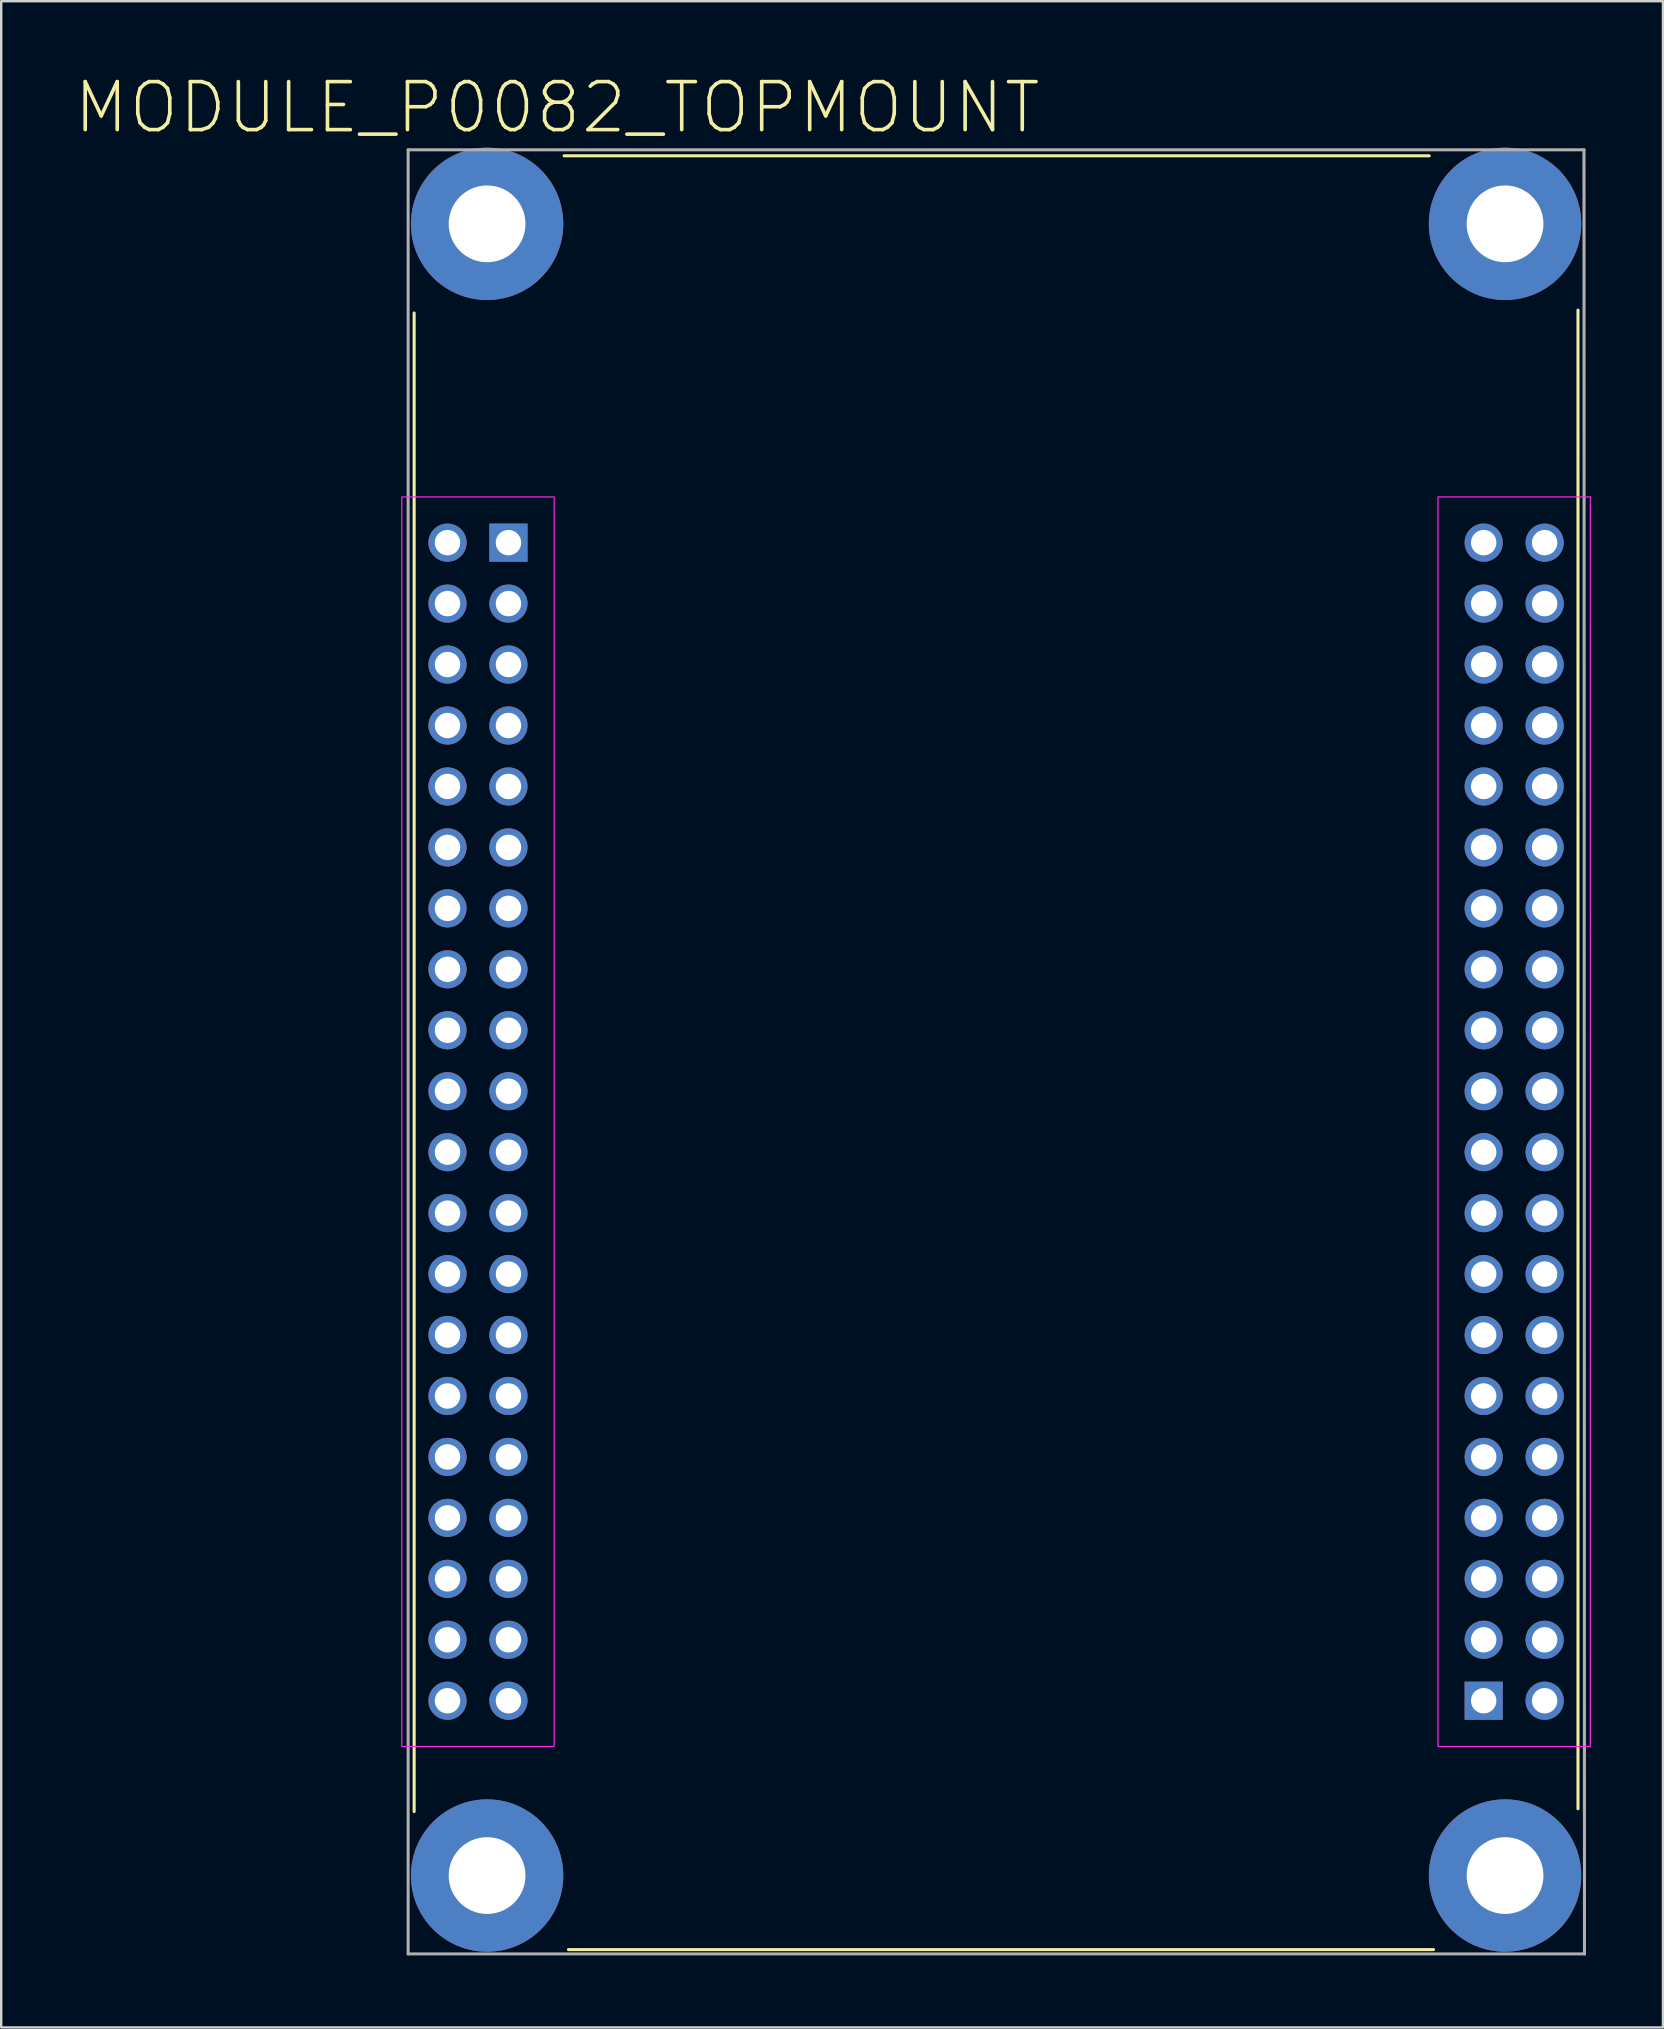
<source format=kicad_pcb>
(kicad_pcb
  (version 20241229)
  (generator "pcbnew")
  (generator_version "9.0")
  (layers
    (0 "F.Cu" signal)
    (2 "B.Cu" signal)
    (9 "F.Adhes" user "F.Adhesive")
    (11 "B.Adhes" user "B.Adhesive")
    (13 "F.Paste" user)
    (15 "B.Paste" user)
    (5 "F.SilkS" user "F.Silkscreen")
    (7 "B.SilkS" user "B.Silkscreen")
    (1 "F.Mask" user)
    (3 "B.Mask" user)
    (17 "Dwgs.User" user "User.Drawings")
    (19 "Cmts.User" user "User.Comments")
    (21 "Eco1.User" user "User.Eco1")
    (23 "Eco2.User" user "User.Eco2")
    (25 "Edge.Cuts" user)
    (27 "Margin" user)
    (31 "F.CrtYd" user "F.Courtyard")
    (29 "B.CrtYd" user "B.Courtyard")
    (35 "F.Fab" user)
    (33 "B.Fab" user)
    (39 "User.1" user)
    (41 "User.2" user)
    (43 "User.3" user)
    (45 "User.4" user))
  (footprint "MODULE_P0082_TOPMOUNT"
    (layer "F.Cu")
    (at 38.458 43.693)
    (property "Reference" "MODULE_P0082_TOPMOUNT" (at -18.29 -42.26 0) (layer "F.SilkS") (effects (font (size 2 2) (thickness 0.15))))
    (attr through_hole)
    (fp_line (start -24.25 -33.7) (end -24.25 28.75) (stroke (width 0.127) (type solid)) (layer "F.SilkS"))
    (fp_line (start -18 -40.25) (end 18.05 -40.25) (stroke (width 0.127) (type solid)) (layer "F.SilkS"))
    (fp_line (start -17.82 34.5) (end 18.23 34.5) (stroke (width 0.127) (type solid)) (layer "F.SilkS"))
    (fp_line (start 24.25 -33.82) (end 24.25 28.63) (stroke (width 0.127) (type solid)) (layer "F.SilkS"))
    (fp_rect (start -24.765 -26.035) (end -18.415 26.035) (stroke (width 0.05) (type solid)) (fill no) (layer "F.CrtYd"))
    (fp_rect (start 18.415 -26.035) (end 24.765 26.035) (stroke (width 0.05) (type solid)) (fill no) (layer "F.CrtYd"))
    (fp_line (start -24.5 -40.5) (end 24.5 -40.5) (stroke (width 0.127) (type solid)) (layer "F.Fab"))
    (fp_line (start -24.5 34.68) (end -24.5 -40.5) (stroke (width 0.127) (type solid)) (layer "F.Fab"))
    (fp_line (start 24.5 -40.5) (end 24.52 34.68) (stroke (width 0.127) (type solid)) (layer "F.Fab"))
    (fp_line (start 24.52 34.68) (end -24.5 34.68) (stroke (width 0.127) (type solid)) (layer "F.Fab"))
    (pad "JP1_1" thru_hole rect (at -20.32 -24.13) (size 1.59 1.59) (drill 1.06) (layers "*.Cu" "*.Mask"))
    (pad "JP1_2" thru_hole circle (at -22.86 -24.13) (size 1.59 1.59) (drill 1.06) (layers "*.Cu" "*.Mask"))
    (pad "JP1_3" thru_hole circle (at -20.32 -21.59) (size 1.59 1.59) (drill 1.06) (layers "*.Cu" "*.Mask"))
    (pad "JP1_4" thru_hole circle (at -22.86 -21.59) (size 1.59 1.59) (drill 1.06) (layers "*.Cu" "*.Mask"))
    (pad "JP1_5" thru_hole circle (at -20.32 -19.05) (size 1.59 1.59) (drill 1.06) (layers "*.Cu" "*.Mask"))
    (pad "JP1_6" thru_hole circle (at -22.86 -19.05) (size 1.59 1.59) (drill 1.06) (layers "*.Cu" "*.Mask"))
    (pad "JP1_7" thru_hole circle (at -20.32 -16.51) (size 1.59 1.59) (drill 1.06) (layers "*.Cu" "*.Mask"))
    (pad "JP1_8" thru_hole circle (at -22.86 -16.51) (size 1.59 1.59) (drill 1.06) (layers "*.Cu" "*.Mask"))
    (pad "JP1_9" thru_hole circle (at -20.32 -13.97) (size 1.59 1.59) (drill 1.06) (layers "*.Cu" "*.Mask"))
    (pad "JP1_10" thru_hole circle (at -22.86 -13.97) (size 1.59 1.59) (drill 1.06) (layers "*.Cu" "*.Mask"))
    (pad "JP1_11" thru_hole circle (at -20.32 -11.43) (size 1.59 1.59) (drill 1.06) (layers "*.Cu" "*.Mask"))
    (pad "JP1_12" thru_hole circle (at -22.86 -11.43) (size 1.59 1.59) (drill 1.06) (layers "*.Cu" "*.Mask"))
    (pad "JP1_13" thru_hole circle (at -20.32 -8.89) (size 1.59 1.59) (drill 1.06) (layers "*.Cu" "*.Mask"))
    (pad "JP1_14" thru_hole circle (at -22.86 -8.89) (size 1.59 1.59) (drill 1.06) (layers "*.Cu" "*.Mask"))
    (pad "JP1_15" thru_hole circle (at -20.32 -6.35) (size 1.59 1.59) (drill 1.06) (layers "*.Cu" "*.Mask"))
    (pad "JP1_16" thru_hole circle (at -22.86 -6.35) (size 1.59 1.59) (drill 1.06) (layers "*.Cu" "*.Mask"))
    (pad "JP1_17" thru_hole circle (at -20.32 -3.81) (size 1.59 1.59) (drill 1.06) (layers "*.Cu" "*.Mask"))
    (pad "JP1_18" thru_hole circle (at -22.86 -3.81) (size 1.59 1.59) (drill 1.06) (layers "*.Cu" "*.Mask"))
    (pad "JP1_19" thru_hole circle (at -20.32 -1.27) (size 1.59 1.59) (drill 1.06) (layers "*.Cu" "*.Mask"))
    (pad "JP1_20" thru_hole circle (at -22.86 -1.27) (size 1.59 1.59) (drill 1.06) (layers "*.Cu" "*.Mask"))
    (pad "JP1_21" thru_hole circle (at -20.32 1.27) (size 1.59 1.59) (drill 1.06) (layers "*.Cu" "*.Mask"))
    (pad "JP1_22" thru_hole circle (at -22.86 1.27) (size 1.59 1.59) (drill 1.06) (layers "*.Cu" "*.Mask"))
    (pad "JP1_23" thru_hole circle (at -20.32 3.81) (size 1.59 1.59) (drill 1.06) (layers "*.Cu" "*.Mask"))
    (pad "JP1_24" thru_hole circle (at -22.86 3.81) (size 1.59 1.59) (drill 1.06) (layers "*.Cu" "*.Mask"))
    (pad "JP1_25" thru_hole circle (at -20.32 6.35) (size 1.59 1.59) (drill 1.06) (layers "*.Cu" "*.Mask"))
    (pad "JP1_26" thru_hole circle (at -22.86 6.35) (size 1.59 1.59) (drill 1.06) (layers "*.Cu" "*.Mask"))
    (pad "JP1_27" thru_hole circle (at -20.32 8.89) (size 1.59 1.59) (drill 1.06) (layers "*.Cu" "*.Mask"))
    (pad "JP1_28" thru_hole circle (at -22.86 8.89) (size 1.59 1.59) (drill 1.06) (layers "*.Cu" "*.Mask"))
    (pad "JP1_29" thru_hole circle (at -20.32 11.43) (size 1.59 1.59) (drill 1.06) (layers "*.Cu" "*.Mask"))
    (pad "JP1_30" thru_hole circle (at -22.86 11.43) (size 1.59 1.59) (drill 1.06) (layers "*.Cu" "*.Mask"))
    (pad "JP1_31" thru_hole circle (at -20.32 13.97) (size 1.59 1.59) (drill 1.06) (layers "*.Cu" "*.Mask"))
    (pad "JP1_32" thru_hole circle (at -22.86 13.97) (size 1.59 1.59) (drill 1.06) (layers "*.Cu" "*.Mask"))
    (pad "JP1_33" thru_hole circle (at -20.32 16.51) (size 1.59 1.59) (drill 1.06) (layers "*.Cu" "*.Mask"))
    (pad "JP1_34" thru_hole circle (at -22.86 16.51) (size 1.59 1.59) (drill 1.06) (layers "*.Cu" "*.Mask"))
    (pad "JP1_35" thru_hole circle (at -20.32 19.05) (size 1.59 1.59) (drill 1.06) (layers "*.Cu" "*.Mask"))
    (pad "JP1_36" thru_hole circle (at -22.86 19.05) (size 1.59 1.59) (drill 1.06) (layers "*.Cu" "*.Mask"))
    (pad "JP1_37" thru_hole circle (at -20.32 21.59) (size 1.59 1.59) (drill 1.06) (layers "*.Cu" "*.Mask"))
    (pad "JP1_38" thru_hole circle (at -22.86 21.59) (size 1.59 1.59) (drill 1.06) (layers "*.Cu" "*.Mask"))
    (pad "JP1_39" thru_hole circle (at -20.32 24.13) (size 1.59 1.59) (drill 1.06) (layers "*.Cu" "*.Mask"))
    (pad "JP1_40" thru_hole circle (at -22.86 24.13) (size 1.59 1.59) (drill 1.06) (layers "*.Cu" "*.Mask"))
    (pad "JP2_1" thru_hole rect (at 20.32 24.13) (size 1.59 1.59) (drill 1.06) (layers "*.Cu" "*.Mask"))
    (pad "JP2_2" thru_hole circle (at 22.86 24.13) (size 1.59 1.59) (drill 1.06) (layers "*.Cu" "*.Mask"))
    (pad "JP2_3" thru_hole circle (at 20.32 21.59) (size 1.59 1.59) (drill 1.06) (layers "*.Cu" "*.Mask"))
    (pad "JP2_4" thru_hole circle (at 22.86 21.59) (size 1.59 1.59) (drill 1.06) (layers "*.Cu" "*.Mask"))
    (pad "JP2_5" thru_hole circle (at 20.32 19.05) (size 1.59 1.59) (drill 1.06) (layers "*.Cu" "*.Mask"))
    (pad "JP2_6" thru_hole circle (at 22.86 19.05) (size 1.59 1.59) (drill 1.06) (layers "*.Cu" "*.Mask"))
    (pad "JP2_7" thru_hole circle (at 20.32 16.51) (size 1.59 1.59) (drill 1.06) (layers "*.Cu" "*.Mask"))
    (pad "JP2_8" thru_hole circle (at 22.86 16.51) (size 1.59 1.59) (drill 1.06) (layers "*.Cu" "*.Mask"))
    (pad "JP2_9" thru_hole circle (at 20.32 13.97) (size 1.59 1.59) (drill 1.06) (layers "*.Cu" "*.Mask"))
    (pad "JP2_10" thru_hole circle (at 22.86 13.97) (size 1.59 1.59) (drill 1.06) (layers "*.Cu" "*.Mask"))
    (pad "JP2_11" thru_hole circle (at 20.32 11.43) (size 1.59 1.59) (drill 1.06) (layers "*.Cu" "*.Mask"))
    (pad "JP2_12" thru_hole circle (at 22.86 11.43) (size 1.59 1.59) (drill 1.06) (layers "*.Cu" "*.Mask"))
    (pad "JP2_13" thru_hole circle (at 20.32 8.89) (size 1.59 1.59) (drill 1.06) (layers "*.Cu" "*.Mask"))
    (pad "JP2_14" thru_hole circle (at 22.86 8.89) (size 1.59 1.59) (drill 1.06) (layers "*.Cu" "*.Mask"))
    (pad "JP2_15" thru_hole circle (at 20.32 6.35) (size 1.59 1.59) (drill 1.06) (layers "*.Cu" "*.Mask"))
    (pad "JP2_16" thru_hole circle (at 22.86 6.35) (size 1.59 1.59) (drill 1.06) (layers "*.Cu" "*.Mask"))
    (pad "JP2_17" thru_hole circle (at 20.32 3.81) (size 1.59 1.59) (drill 1.06) (layers "*.Cu" "*.Mask"))
    (pad "JP2_18" thru_hole circle (at 22.86 3.81) (size 1.59 1.59) (drill 1.06) (layers "*.Cu" "*.Mask"))
    (pad "JP2_19" thru_hole circle (at 20.32 1.27) (size 1.59 1.59) (drill 1.06) (layers "*.Cu" "*.Mask"))
    (pad "JP2_20" thru_hole circle (at 22.86 1.27) (size 1.59 1.59) (drill 1.06) (layers "*.Cu" "*.Mask"))
    (pad "JP2_21" thru_hole circle (at 20.32 -1.27) (size 1.59 1.59) (drill 1.06) (layers "*.Cu" "*.Mask"))
    (pad "JP2_22" thru_hole circle (at 22.86 -1.27) (size 1.59 1.59) (drill 1.06) (layers "*.Cu" "*.Mask"))
    (pad "JP2_23" thru_hole circle (at 20.32 -3.81) (size 1.59 1.59) (drill 1.06) (layers "*.Cu" "*.Mask"))
    (pad "JP2_24" thru_hole circle (at 22.86 -3.81) (size 1.59 1.59) (drill 1.06) (layers "*.Cu" "*.Mask"))
    (pad "JP2_25" thru_hole circle (at 20.32 -6.35) (size 1.59 1.59) (drill 1.06) (layers "*.Cu" "*.Mask"))
    (pad "JP2_26" thru_hole circle (at 22.86 -6.35) (size 1.59 1.59) (drill 1.06) (layers "*.Cu" "*.Mask"))
    (pad "JP2_27" thru_hole circle (at 20.32 -8.89) (size 1.59 1.59) (drill 1.06) (layers "*.Cu" "*.Mask"))
    (pad "JP2_28" thru_hole circle (at 22.86 -8.89) (size 1.59 1.59) (drill 1.06) (layers "*.Cu" "*.Mask"))
    (pad "JP2_29" thru_hole circle (at 20.32 -11.43) (size 1.59 1.59) (drill 1.06) (layers "*.Cu" "*.Mask"))
    (pad "JP2_30" thru_hole circle (at 22.86 -11.43) (size 1.59 1.59) (drill 1.06) (layers "*.Cu" "*.Mask"))
    (pad "JP2_31" thru_hole circle (at 20.32 -13.97) (size 1.59 1.59) (drill 1.06) (layers "*.Cu" "*.Mask"))
    (pad "JP2_32" thru_hole circle (at 22.86 -13.97) (size 1.59 1.59) (drill 1.06) (layers "*.Cu" "*.Mask"))
    (pad "JP2_33" thru_hole circle (at 20.32 -16.51) (size 1.59 1.59) (drill 1.06) (layers "*.Cu" "*.Mask"))
    (pad "JP2_34" thru_hole circle (at 22.86 -16.51) (size 1.59 1.59) (drill 1.06) (layers "*.Cu" "*.Mask"))
    (pad "JP2_35" thru_hole circle (at 20.32 -19.05) (size 1.59 1.59) (drill 1.06) (layers "*.Cu" "*.Mask"))
    (pad "JP2_36" thru_hole circle (at 22.86 -19.05) (size 1.59 1.59) (drill 1.06) (layers "*.Cu" "*.Mask"))
    (pad "JP2_37" thru_hole circle (at 20.32 -21.59) (size 1.59 1.59) (drill 1.06) (layers "*.Cu" "*.Mask"))
    (pad "JP2_38" thru_hole circle (at 22.86 -21.59) (size 1.59 1.59) (drill 1.06) (layers "*.Cu" "*.Mask"))
    (pad "JP2_39" thru_hole circle (at 20.32 -24.13) (size 1.59 1.59) (drill 1.06) (layers "*.Cu" "*.Mask"))
    (pad "JP2_40" thru_hole circle (at 22.86 -24.13) (size 1.59 1.59) (drill 1.06) (layers "*.Cu" "*.Mask"))
    (pad "S1" thru_hole circle (at -21.21 -37.415) (size 6.35 6.35) (drill 3.2) (layers "*.Cu" "*.Mask"))
    (pad "S2" thru_hole circle (at 21.21 -37.415) (size 6.35 6.35) (drill 3.2) (layers "*.Cu" "*.Mask"))
    (pad "S3" thru_hole circle (at -21.21 31.415) (size 6.35 6.35) (drill 3.2) (layers "*.Cu" "*.Mask"))
    (pad "S4" thru_hole circle (at 21.21 31.415) (size 6.35 6.35) (drill 3.2) (layers "*.Cu" "*.Mask")))
  (gr_rect
    (start -3 -3)
    (end 66.248 81.437)
    (stroke (width 0.1) (type default))
    (fill no)
    (layer "Edge.Cuts")))
</source>
